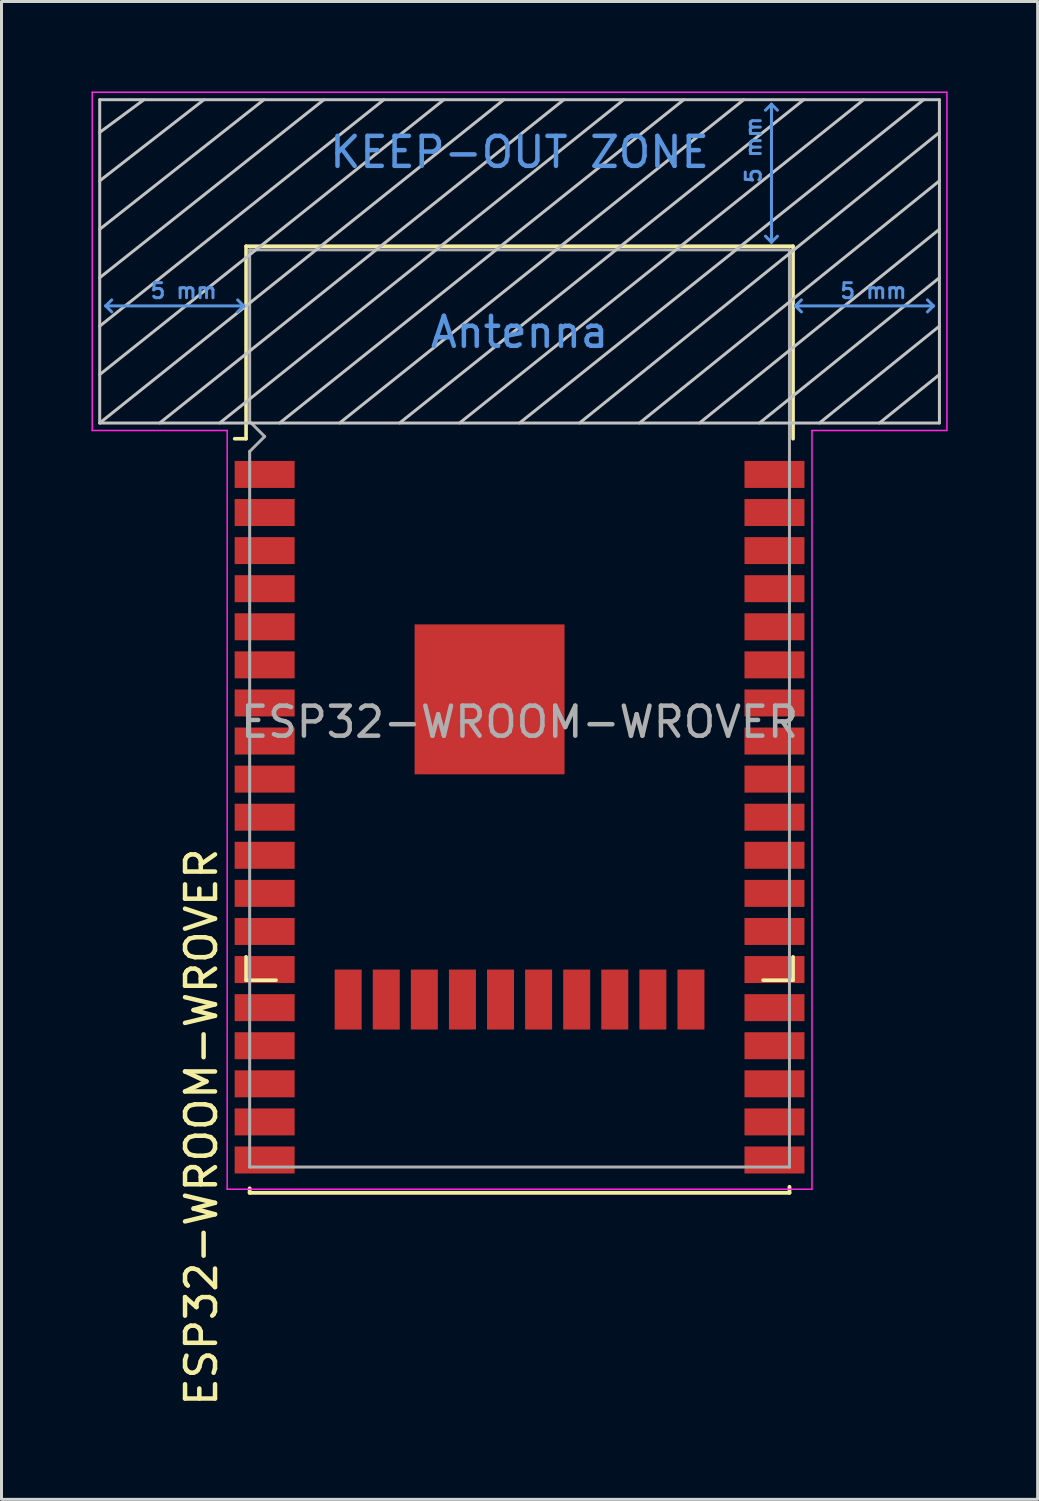
<source format=kicad_pcb>
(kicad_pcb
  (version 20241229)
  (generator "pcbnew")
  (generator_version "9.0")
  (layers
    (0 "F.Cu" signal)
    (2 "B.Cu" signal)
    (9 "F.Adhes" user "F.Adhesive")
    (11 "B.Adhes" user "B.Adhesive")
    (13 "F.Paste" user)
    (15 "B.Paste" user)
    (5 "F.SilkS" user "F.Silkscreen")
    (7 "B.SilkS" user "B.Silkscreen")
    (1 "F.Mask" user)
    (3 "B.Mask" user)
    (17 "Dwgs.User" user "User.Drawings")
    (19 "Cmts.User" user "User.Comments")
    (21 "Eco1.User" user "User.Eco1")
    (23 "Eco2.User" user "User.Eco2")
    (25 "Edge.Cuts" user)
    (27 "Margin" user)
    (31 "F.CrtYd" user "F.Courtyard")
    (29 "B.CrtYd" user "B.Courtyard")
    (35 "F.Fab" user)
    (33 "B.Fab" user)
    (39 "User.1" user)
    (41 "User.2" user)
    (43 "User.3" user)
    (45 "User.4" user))
  (footprint "ESP32-WROOM-WROVER"
    (layer "F.Cu")
    (at 14.275 21.025)
    (property "Reference" "ESP32-WROOM-WROVER" (at -10.61 13.51 90) (layer "F.SilkS") (effects (font (size 1 1) (thickness 0.15))))
    (attr smd)
    (fp_line (start -9.12 -15.865) (end -9.12 -9.445) (stroke (width 0.12) (type solid)) (layer "F.SilkS"))
    (fp_line (start -9.12 -15.865) (end 9.12 -15.865) (stroke (width 0.12) (type solid)) (layer "F.SilkS"))
    (fp_line (start -9.12 -9.445) (end -9.5 -9.445) (stroke (width 0.12) (type solid)) (layer "F.SilkS"))
    (fp_line (start -9.12 7.83) (end -9.12 8.61) (stroke (width 0.12) (type solid)) (layer "F.SilkS"))
    (fp_line (start -9.12 8.61) (end -8.12 8.61) (stroke (width 0.12) (type solid)) (layer "F.SilkS"))
    (fp_line (start -9 15.55) (end -9 15.7) (stroke (width 0.127) (type solid)) (layer "F.SilkS"))
    (fp_line (start -9 15.7) (end 9 15.7) (stroke (width 0.127) (type solid)) (layer "F.SilkS"))
    (fp_line (start 9 15.7) (end 9 15.5) (stroke (width 0.127) (type solid)) (layer "F.SilkS"))
    (fp_line (start 9.12 -15.865) (end 9.12 -9.445) (stroke (width 0.12) (type solid)) (layer "F.SilkS"))
    (fp_line (start 9.12 7.83) (end 9.12 8.61) (stroke (width 0.12) (type solid)) (layer "F.SilkS"))
    (fp_line (start 9.12 8.61) (end 8.12 8.61) (stroke (width 0.12) (type solid)) (layer "F.SilkS"))
    (fp_line (start -14 -9.97) (end -14 -20.75) (stroke (width 0.1) (type solid)) (layer "Dwgs.User"))
    (fp_line (start -12.525 -20.75) (end -14 -19.66) (stroke (width 0.1) (type solid)) (layer "Dwgs.User"))
    (fp_line (start -10.525 -20.75) (end -14 -18.045) (stroke (width 0.1) (type solid)) (layer "Dwgs.User"))
    (fp_line (start -8.525 -20.75) (end -14 -16.43) (stroke (width 0.1) (type solid)) (layer "Dwgs.User"))
    (fp_line (start -8 -9.97) (end 5.475 -20.75) (stroke (width 0.1) (type solid)) (layer "Dwgs.User"))
    (fp_line (start -6.525 -20.75) (end -14 -14.815) (stroke (width 0.1) (type solid)) (layer "Dwgs.User"))
    (fp_line (start -4.525 -20.75) (end -14 -13.2) (stroke (width 0.1) (type solid)) (layer "Dwgs.User"))
    (fp_line (start -2.525 -20.75) (end -14 -11.585) (stroke (width 0.1) (type solid)) (layer "Dwgs.User"))
    (fp_line (start -0.525 -20.75) (end -14 -9.97) (stroke (width 0.1) (type solid)) (layer "Dwgs.User"))
    (fp_line (start 1.475 -20.75) (end -12 -9.97) (stroke (width 0.1) (type solid)) (layer "Dwgs.User"))
    (fp_line (start 3.475 -20.75) (end -10 -9.97) (stroke (width 0.1) (type solid)) (layer "Dwgs.User"))
    (fp_line (start 7.475 -20.75) (end -6 -9.97) (stroke (width 0.1) (type solid)) (layer "Dwgs.User"))
    (fp_line (start 9.475 -20.75) (end -4 -9.97) (stroke (width 0.1) (type solid)) (layer "Dwgs.User"))
    (fp_line (start 11.475 -20.75) (end -2 -9.97) (stroke (width 0.1) (type solid)) (layer "Dwgs.User"))
    (fp_line (start 13.475 -20.75) (end 0 -9.97) (stroke (width 0.1) (type solid)) (layer "Dwgs.User"))
    (fp_line (start 14 -20.75) (end -14 -20.75) (stroke (width 0.1) (type solid)) (layer "Dwgs.User"))
    (fp_line (start 14 -19.66) (end 2 -9.97) (stroke (width 0.1) (type solid)) (layer "Dwgs.User"))
    (fp_line (start 14 -18.045) (end 4 -9.97) (stroke (width 0.1) (type solid)) (layer "Dwgs.User"))
    (fp_line (start 14 -16.43) (end 6 -9.97) (stroke (width 0.1) (type solid)) (layer "Dwgs.User"))
    (fp_line (start 14 -14.815) (end 8 -9.97) (stroke (width 0.1) (type solid)) (layer "Dwgs.User"))
    (fp_line (start 14 -13.2) (end 10 -9.97) (stroke (width 0.1) (type solid)) (layer "Dwgs.User"))
    (fp_line (start 14 -11.585) (end 12 -9.97) (stroke (width 0.1) (type solid)) (layer "Dwgs.User"))
    (fp_line (start 14 -9.97) (end -14 -9.97) (stroke (width 0.1) (type solid)) (layer "Dwgs.User"))
    (fp_line (start 14 -9.97) (end 14 -20.75) (stroke (width 0.1) (type solid)) (layer "Dwgs.User"))
    (fp_line (start -13.8 -13.875) (end -13.6 -14.075) (stroke (width 0.1) (type solid)) (layer "Cmts.User"))
    (fp_line (start -13.8 -13.875) (end -13.6 -13.675) (stroke (width 0.1) (type solid)) (layer "Cmts.User"))
    (fp_line (start -13.8 -13.875) (end -9.2 -13.875) (stroke (width 0.1) (type solid)) (layer "Cmts.User"))
    (fp_line (start -9.2 -13.875) (end -9.4 -14.075) (stroke (width 0.1) (type solid)) (layer "Cmts.User"))
    (fp_line (start -9.2 -13.875) (end -9.4 -13.675) (stroke (width 0.1) (type solid)) (layer "Cmts.User"))
    (fp_line (start 8.4 -20.6) (end 8.2 -20.4) (stroke (width 0.1) (type solid)) (layer "Cmts.User"))
    (fp_line (start 8.4 -20.6) (end 8.6 -20.4) (stroke (width 0.1) (type solid)) (layer "Cmts.User"))
    (fp_line (start 8.4 -16) (end 8.2 -16.2) (stroke (width 0.1) (type solid)) (layer "Cmts.User"))
    (fp_line (start 8.4 -16) (end 8.4 -20.6) (stroke (width 0.1) (type solid)) (layer "Cmts.User"))
    (fp_line (start 8.4 -16) (end 8.6 -16.2) (stroke (width 0.1) (type solid)) (layer "Cmts.User"))
    (fp_line (start 9.2 -13.875) (end 9.4 -14.075) (stroke (width 0.1) (type solid)) (layer "Cmts.User"))
    (fp_line (start 9.2 -13.875) (end 9.4 -13.675) (stroke (width 0.1) (type solid)) (layer "Cmts.User"))
    (fp_line (start 9.2 -13.875) (end 13.8 -13.875) (stroke (width 0.1) (type solid)) (layer "Cmts.User"))
    (fp_line (start 13.8 -13.875) (end 13.6 -14.075) (stroke (width 0.1) (type solid)) (layer "Cmts.User"))
    (fp_line (start 13.8 -13.875) (end 13.6 -13.675) (stroke (width 0.1) (type solid)) (layer "Cmts.User"))
    (fp_line (start -14.25 -21) (end -14.25 -9.72) (stroke (width 0.05) (type solid)) (layer "F.CrtYd"))
    (fp_line (start -14.25 -21) (end 14.25 -21) (stroke (width 0.05) (type solid)) (layer "F.CrtYd"))
    (fp_line (start -14.25 -9.72) (end -9.75 -9.72) (stroke (width 0.05) (type solid)) (layer "F.CrtYd"))
    (fp_line (start -9.75 15.58) (end -9.75 -9.72) (stroke (width 0.05) (type solid)) (layer "F.CrtYd"))
    (fp_line (start -9.75 15.58) (end 9.75 15.58) (stroke (width 0.05) (type solid)) (layer "F.CrtYd"))
    (fp_line (start 9.75 -9.72) (end 9.75 15.58) (stroke (width 0.05) (type solid)) (layer "F.CrtYd"))
    (fp_line (start 9.75 -9.72) (end 14.25 -9.72) (stroke (width 0.05) (type solid)) (layer "F.CrtYd"))
    (fp_line (start 14.25 -21) (end 14.25 -9.72) (stroke (width 0.05) (type solid)) (layer "F.CrtYd"))
    (fp_line (start -9 -15.745) (end -9 -10.02) (stroke (width 0.1) (type solid)) (layer "F.Fab"))
    (fp_line (start -9 -15.745) (end 9 -15.745) (stroke (width 0.1) (type solid)) (layer "F.Fab"))
    (fp_line (start -9 -9.02) (end -9 14.84) (stroke (width 0.1) (type solid)) (layer "F.Fab"))
    (fp_line (start -9 -9.02) (end -8.5 -9.52) (stroke (width 0.1) (type solid)) (layer "F.Fab"))
    (fp_line (start -9 14.84) (end 9 14.84) (stroke (width 0.1) (type solid)) (layer "F.Fab"))
    (fp_line (start -8.5 -9.52) (end -9 -10.02) (stroke (width 0.1) (type solid)) (layer "F.Fab"))
    (fp_line (start 9 14.84) (end 9 -15.745) (stroke (width 0.1) (type solid)) (layer "F.Fab"))
    (fp_text user "5 mm" (at 11.8 -14.375 0) (layer "Cmts.User") (effects (font (size 0.5 0.5) (thickness 0.1))))
    (fp_text user "KEEP-OUT ZONE" (at 0 -19 0) (layer "Cmts.User") (effects (font (size 1 1) (thickness 0.15))))
    (fp_text user "Antenna" (at 0 -13 0) (layer "Cmts.User") (effects (font (size 1 1) (thickness 0.15))))
    (fp_text user "5 mm" (at -11.2 -14.375 0) (layer "Cmts.User") (effects (font (size 0.5 0.5) (thickness 0.1))))
    (fp_text user "5 mm" (at 7.8 -19.075 90) (layer "Cmts.User") (effects (font (size 0.5 0.5) (thickness 0.1))))
    (fp_text user "${REFERENCE}" (at 0 0 0) (layer "F.Fab") (effects (font (size 1 1) (thickness 0.15))))
    (pad "1" smd rect (at -8.5 -8.255) (size 2 0.9) (layers "F.Cu" "F.Mask" "F.Paste"))
    (pad "2" smd rect (at -8.5 -6.985) (size 2 0.9) (layers "F.Cu" "F.Mask" "F.Paste"))
    (pad "3" smd rect (at -8.5 -5.715) (size 2 0.9) (layers "F.Cu" "F.Mask" "F.Paste"))
    (pad "4" smd rect (at -8.5 -4.445) (size 2 0.9) (layers "F.Cu" "F.Mask" "F.Paste"))
    (pad "5" smd rect (at -8.5 -3.175) (size 2 0.9) (layers "F.Cu" "F.Mask" "F.Paste"))
    (pad "6" smd rect (at -8.5 -1.905) (size 2 0.9) (layers "F.Cu" "F.Mask" "F.Paste"))
    (pad "7" smd rect (at -8.5 -0.635) (size 2 0.9) (layers "F.Cu" "F.Mask" "F.Paste"))
    (pad "8" smd rect (at -8.5 0.635) (size 2 0.9) (layers "F.Cu" "F.Mask" "F.Paste"))
    (pad "9" smd rect (at -8.5 1.905) (size 2 0.9) (layers "F.Cu" "F.Mask" "F.Paste"))
    (pad "10" smd rect (at -8.5 3.175) (size 2 0.9) (layers "F.Cu" "F.Mask" "F.Paste"))
    (pad "11" smd rect (at -8.5 4.445) (size 2 0.9) (layers "F.Cu" "F.Mask" "F.Paste"))
    (pad "12" smd rect (at -8.5 5.715) (size 2 0.9) (layers "F.Cu" "F.Mask" "F.Paste"))
    (pad "13" smd rect (at -8.5 6.985) (size 2 0.9) (layers "F.Cu" "F.Mask" "F.Paste"))
    (pad "14" smd rect (at -8.5 8.255) (size 2 0.9) (layers "F.Cu" "F.Mask" "F.Paste"))
    (pad "15" smd rect (at -8.5 9.525) (size 2 0.9) (layers "F.Cu" "F.Mask" "F.Paste"))
    (pad "15" smd rect (at -5.715 9.255 90) (size 2 0.9) (layers "F.Cu" "F.Mask" "F.Paste"))
    (pad "16" smd rect (at -8.5 10.795) (size 2 0.9) (layers "F.Cu" "F.Mask" "F.Paste"))
    (pad "16" smd rect (at -4.445 9.255 90) (size 2 0.9) (layers "F.Cu" "F.Mask" "F.Paste"))
    (pad "17" smd rect (at -8.5 12.065) (size 2 0.9) (layers "F.Cu" "F.Mask" "F.Paste"))
    (pad "17" smd rect (at -3.175 9.255 90) (size 2 0.9) (layers "F.Cu" "F.Mask" "F.Paste"))
    (pad "18" smd rect (at -8.5 13.335) (size 2 0.9) (layers "F.Cu" "F.Mask" "F.Paste"))
    (pad "18" smd rect (at -1.905 9.255 90) (size 2 0.9) (layers "F.Cu" "F.Mask" "F.Paste"))
    (pad "19" smd rect (at -8.5 14.605) (size 2 0.9) (layers "F.Cu" "F.Mask" "F.Paste"))
    (pad "19" smd rect (at -0.635 9.255 90) (size 2 0.9) (layers "F.Cu" "F.Mask" "F.Paste"))
    (pad "20" smd rect (at 0.635 9.255 90) (size 2 0.9) (layers "F.Cu" "F.Mask" "F.Paste"))
    (pad "20" smd rect (at 8.5 14.605) (size 2 0.9) (layers "F.Cu" "F.Mask" "F.Paste"))
    (pad "21" smd rect (at 1.905 9.255 90) (size 2 0.9) (layers "F.Cu" "F.Mask" "F.Paste"))
    (pad "21" smd rect (at 8.5 13.335) (size 2 0.9) (layers "F.Cu" "F.Mask" "F.Paste"))
    (pad "22" smd rect (at 3.175 9.255 90) (size 2 0.9) (layers "F.Cu" "F.Mask" "F.Paste"))
    (pad "22" smd rect (at 8.5 12.065) (size 2 0.9) (layers "F.Cu" "F.Mask" "F.Paste"))
    (pad "23" smd rect (at 4.445 9.255 90) (size 2 0.9) (layers "F.Cu" "F.Mask" "F.Paste"))
    (pad "23" smd rect (at 8.5 10.795) (size 2 0.9) (layers "F.Cu" "F.Mask" "F.Paste"))
    (pad "24" smd rect (at 5.715 9.255 90) (size 2 0.9) (layers "F.Cu" "F.Mask" "F.Paste"))
    (pad "24" smd rect (at 8.5 9.525) (size 2 0.9) (layers "F.Cu" "F.Mask" "F.Paste"))
    (pad "25" smd rect (at 8.5 8.255) (size 2 0.9) (layers "F.Cu" "F.Mask" "F.Paste"))
    (pad "26" smd rect (at 8.5 6.985) (size 2 0.9) (layers "F.Cu" "F.Mask" "F.Paste"))
    (pad "27" smd rect (at 8.5 5.715) (size 2 0.9) (layers "F.Cu" "F.Mask" "F.Paste"))
    (pad "28" smd rect (at 8.5 4.445) (size 2 0.9) (layers "F.Cu" "F.Mask" "F.Paste"))
    (pad "29" smd rect (at 8.5 3.175) (size 2 0.9) (layers "F.Cu" "F.Mask" "F.Paste"))
    (pad "30" smd rect (at 8.5 1.905) (size 2 0.9) (layers "F.Cu" "F.Mask" "F.Paste"))
    (pad "31" smd rect (at 8.5 0.635) (size 2 0.9) (layers "F.Cu" "F.Mask" "F.Paste"))
    (pad "32" smd rect (at 8.5 -0.635) (size 2 0.9) (layers "F.Cu" "F.Mask" "F.Paste"))
    (pad "33" smd rect (at 8.5 -1.905) (size 2 0.9) (layers "F.Cu" "F.Mask" "F.Paste"))
    (pad "34" smd rect (at 8.5 -3.175) (size 2 0.9) (layers "F.Cu" "F.Mask" "F.Paste"))
    (pad "35" smd rect (at 8.5 -4.445) (size 2 0.9) (layers "F.Cu" "F.Mask" "F.Paste"))
    (pad "36" smd rect (at 8.5 -5.715) (size 2 0.9) (layers "F.Cu" "F.Mask" "F.Paste"))
    (pad "37" smd rect (at 8.5 -6.985) (size 2 0.9) (layers "F.Cu" "F.Mask" "F.Paste"))
    (pad "38" smd rect (at 8.5 -8.255) (size 2 0.9) (layers "F.Cu" "F.Mask" "F.Paste"))
    (pad "39" smd rect (at -1 -0.755) (size 5 5) (layers "F.Cu" "F.Mask" "F.Paste")))
  (gr_rect
    (start -3 -3)
    (end 31.55 46.946)
    (stroke (width 0.1) (type default))
    (fill no)
    (layer "Edge.Cuts")))
</source>
